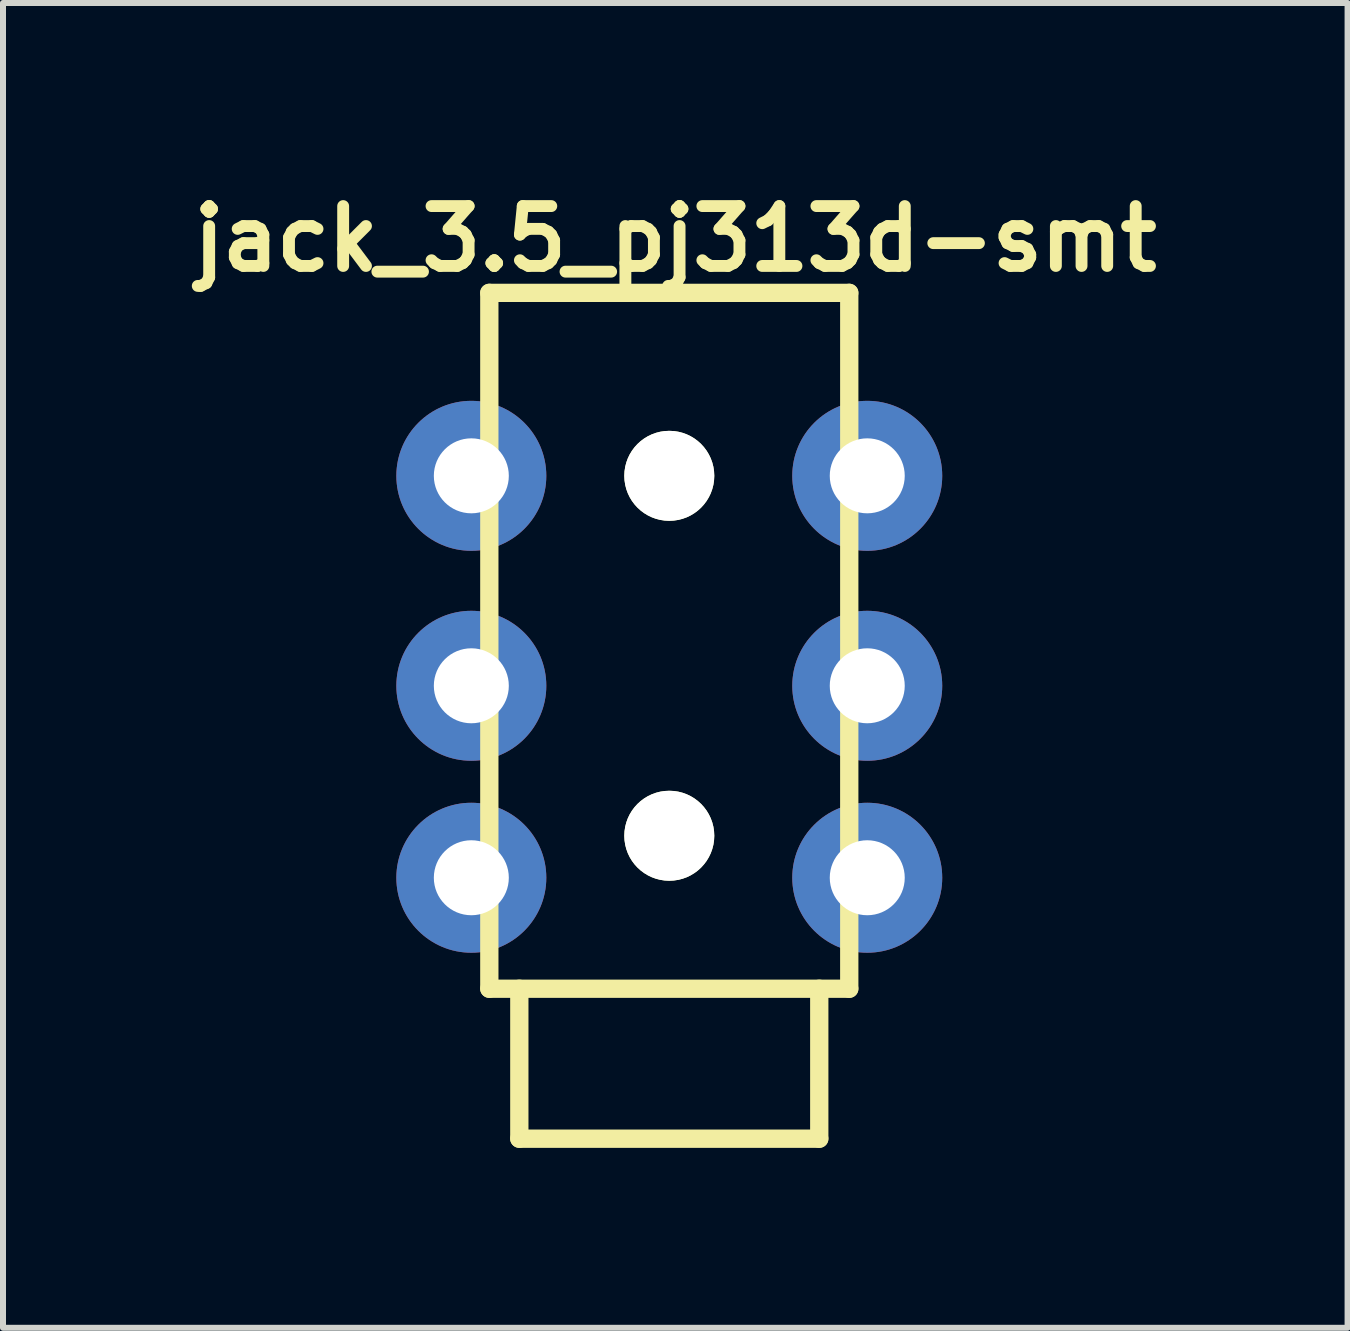
<source format=kicad_pcb>
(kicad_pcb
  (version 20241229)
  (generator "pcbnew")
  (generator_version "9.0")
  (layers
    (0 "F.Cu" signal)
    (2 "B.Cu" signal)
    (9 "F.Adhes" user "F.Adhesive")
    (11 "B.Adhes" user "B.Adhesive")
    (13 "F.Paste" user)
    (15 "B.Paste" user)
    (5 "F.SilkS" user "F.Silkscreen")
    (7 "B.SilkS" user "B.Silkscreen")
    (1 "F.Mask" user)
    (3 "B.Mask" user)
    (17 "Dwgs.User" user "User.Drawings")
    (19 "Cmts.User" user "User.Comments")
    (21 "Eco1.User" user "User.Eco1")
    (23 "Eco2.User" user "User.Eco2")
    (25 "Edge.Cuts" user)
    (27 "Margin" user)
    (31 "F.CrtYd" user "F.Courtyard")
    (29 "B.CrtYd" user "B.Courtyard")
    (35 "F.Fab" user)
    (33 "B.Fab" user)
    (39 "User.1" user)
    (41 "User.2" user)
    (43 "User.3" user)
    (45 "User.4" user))
  (footprint "jack_3.5_pj313d-smt"
    (layer "F.Cu")
    (at 8.107 7.632)
    (property "Reference" "jack_3.5_pj313d-smt" (at 0.1 -6.7 0) (layer "F.SilkS") (effects (font (size 0.998 0.998) (thickness 0.198))))
    (attr through_hole)
    (fp_line (start -3 -5.8) (end -3 5.8) (stroke (width 0.305) (type solid)) (layer "F.SilkS"))
    (fp_line (start -3 -5.8) (end 3 -5.8) (stroke (width 0.305) (type solid)) (layer "F.SilkS"))
    (fp_line (start -3 5.8) (end 3 5.8) (stroke (width 0.305) (type solid)) (layer "F.SilkS"))
    (fp_line (start -2.5 5.8) (end -2.5 8.3) (stroke (width 0.305) (type solid)) (layer "F.SilkS"))
    (fp_line (start -2.5 8.3) (end 2.5 8.3) (stroke (width 0.305) (type solid)) (layer "F.SilkS"))
    (fp_line (start 2.5 5.8) (end 2.5 8.3) (stroke (width 0.305) (type solid)) (layer "F.SilkS"))
    (fp_line (start 3 -5.8) (end 3 5.8) (stroke (width 0.305) (type solid)) (layer "F.SilkS"))
    (pad "" np_thru_hole circle (at 0 -2.75) (size 1.5 1.5) (drill 1.5) (layers "*.Cu" "*.Mask" "F.SilkS"))
    (pad "" np_thru_hole circle (at 0 3.25) (size 1.5 1.5) (drill 1.5) (layers "*.Cu" "*.Mask" "F.SilkS"))
    (pad "1" thru_hole circle (at -3.3 3.95) (size 2.5 2.5) (drill 1.25) (layers "*.Cu" "*.Mask"))
    (pad "1" thru_hole circle (at 3.3 3.95) (size 2.5 2.5) (drill 1.25) (layers "*.Cu" "*.Mask"))
    (pad "2" thru_hole circle (at -3.3 0.75) (size 2.5 2.5) (drill 1.25) (layers "*.Cu" "*.Mask"))
    (pad "2" thru_hole circle (at 3.3 0.75) (size 2.5 2.5) (drill 1.25) (layers "*.Cu" "*.Mask"))
    (pad "3" thru_hole circle (at -3.3 -2.75) (size 2.5 2.5) (drill 1.25) (layers "*.Cu" "*.Mask"))
    (pad "3" thru_hole circle (at 3.3 -2.75) (size 2.5 2.5) (drill 1.25) (layers "*.Cu" "*.Mask")))
  (gr_rect
    (start -3 -3)
    (end 19.414 19.084)
    (stroke (width 0.1) (type default))
    (fill no)
    (layer "Edge.Cuts")))
</source>
